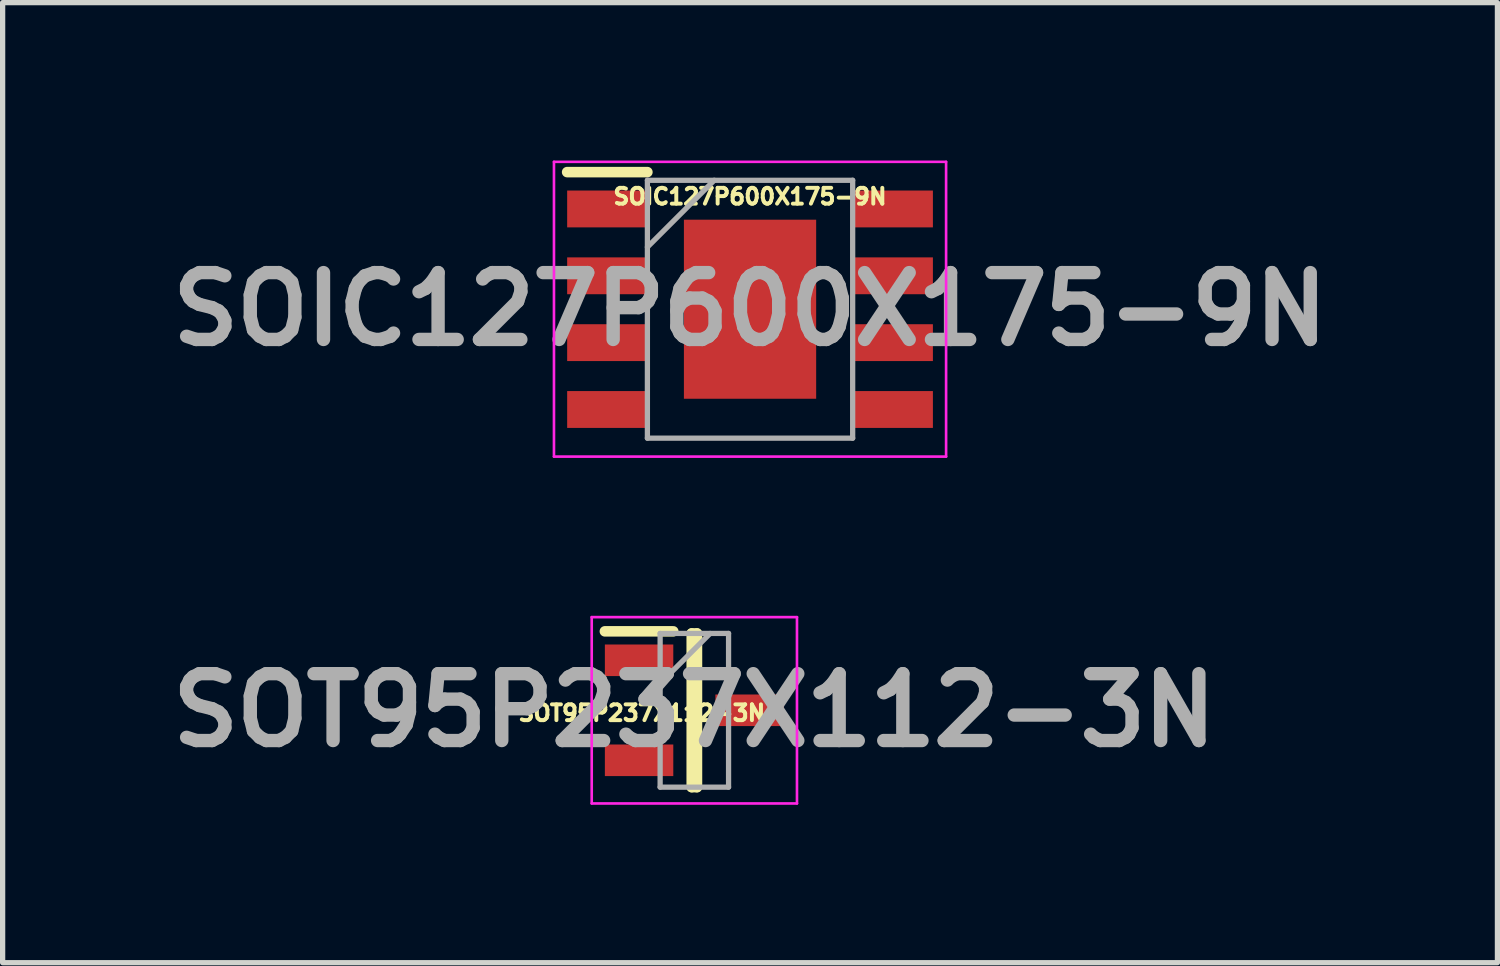
<source format=kicad_pcb>
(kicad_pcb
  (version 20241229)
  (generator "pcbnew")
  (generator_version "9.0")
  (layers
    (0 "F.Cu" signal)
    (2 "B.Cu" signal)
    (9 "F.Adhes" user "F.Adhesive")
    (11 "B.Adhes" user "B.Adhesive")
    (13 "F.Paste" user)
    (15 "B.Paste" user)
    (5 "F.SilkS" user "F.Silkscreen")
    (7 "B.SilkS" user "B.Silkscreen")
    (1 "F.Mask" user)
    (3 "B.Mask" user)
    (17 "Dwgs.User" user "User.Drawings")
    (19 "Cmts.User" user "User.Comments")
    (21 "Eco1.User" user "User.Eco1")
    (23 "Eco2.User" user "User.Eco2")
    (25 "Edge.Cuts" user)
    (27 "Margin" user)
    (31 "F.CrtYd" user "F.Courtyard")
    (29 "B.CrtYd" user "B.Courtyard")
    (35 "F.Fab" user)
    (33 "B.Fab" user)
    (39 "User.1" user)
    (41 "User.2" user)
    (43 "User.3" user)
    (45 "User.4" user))
  (footprint "SOIC127P600X175-9N"
    (layer "F.Cu")
    (at 11.2 2.825)
    (property "Reference" "SOIC127P600X175-9N" (at -0.001 -2.141 180) (layer "F.SilkS") (effects (font (size 0.3 0.3) (thickness 0.075))))
    (attr smd)
    (fp_line (start -3.475 -2.605) (end -1.95 -2.605) (stroke (width 0.2) (type solid)) (layer "F.SilkS"))
    (fp_line (start -3.725 -2.8) (end 3.725 -2.8) (stroke (width 0.05) (type solid)) (layer "F.CrtYd"))
    (fp_line (start -3.725 2.8) (end -3.725 -2.8) (stroke (width 0.05) (type solid)) (layer "F.CrtYd"))
    (fp_line (start 3.725 -2.8) (end 3.725 2.8) (stroke (width 0.05) (type solid)) (layer "F.CrtYd"))
    (fp_line (start 3.725 2.8) (end -3.725 2.8) (stroke (width 0.05) (type solid)) (layer "F.CrtYd"))
    (fp_line (start -1.95 -2.45) (end 1.95 -2.45) (stroke (width 0.1) (type solid)) (layer "F.Fab"))
    (fp_line (start -1.95 -1.18) (end -0.68 -2.45) (stroke (width 0.1) (type solid)) (layer "F.Fab"))
    (fp_line (start -1.95 2.45) (end -1.95 -2.45) (stroke (width 0.1) (type solid)) (layer "F.Fab"))
    (fp_line (start 1.95 -2.45) (end 1.95 2.45) (stroke (width 0.1) (type solid)) (layer "F.Fab"))
    (fp_line (start 1.95 2.45) (end -1.95 2.45) (stroke (width 0.1) (type solid)) (layer "F.Fab"))
    (fp_text user "${REFERENCE}" (at 0 0 180) (layer "F.Fab") (effects (font (size 1.27 1.27) (thickness 0.254))))
    (pad "1" smd rect (at -2.712 -1.905 90) (size 0.7 1.525) (layers "F.Cu" "F.Mask" "F.Paste"))
    (pad "2" smd rect (at -2.712 -0.635 90) (size 0.7 1.525) (layers "F.Cu" "F.Mask" "F.Paste"))
    (pad "3" smd rect (at -2.712 0.635 90) (size 0.7 1.525) (layers "F.Cu" "F.Mask" "F.Paste"))
    (pad "4" smd rect (at -2.712 1.905 90) (size 0.7 1.525) (layers "F.Cu" "F.Mask" "F.Paste"))
    (pad "5" smd rect (at 2.712 1.905 90) (size 0.7 1.525) (layers "F.Cu" "F.Mask" "F.Paste"))
    (pad "6" smd rect (at 2.712 0.635 90) (size 0.7 1.525) (layers "F.Cu" "F.Mask" "F.Paste"))
    (pad "7" smd rect (at 2.712 -0.635 90) (size 0.7 1.525) (layers "F.Cu" "F.Mask" "F.Paste"))
    (pad "8" smd rect (at 2.712 -1.905 90) (size 0.7 1.525) (layers "F.Cu" "F.Mask" "F.Paste"))
    (pad "9" smd rect (at 0 0) (size 2.513 3.402) (layers "F.Cu" "F.Mask" "F.Paste")))
  (footprint "SOT95P237X112-3N"
    (layer "F.Cu")
    (at 10.142 10.445)
    (property "Reference" "SOT95P237X112-3N" (at -0.999 0.052 0) (layer "F.SilkS") (effects (font (size 0.3 0.3) (thickness 0.075))))
    (attr smd)
    (fp_line (start -1.7 -1.5) (end -0.4 -1.5) (stroke (width 0.2) (type solid)) (layer "F.SilkS"))
    (fp_line (start -0.05 -1.46) (end 0.05 -1.46) (stroke (width 0.2) (type solid)) (layer "F.SilkS"))
    (fp_line (start -0.05 1.46) (end -0.05 -1.46) (stroke (width 0.2) (type solid)) (layer "F.SilkS"))
    (fp_line (start 0.05 -1.46) (end 0.05 1.46) (stroke (width 0.2) (type solid)) (layer "F.SilkS"))
    (fp_line (start 0.05 1.46) (end -0.05 1.46) (stroke (width 0.2) (type solid)) (layer "F.SilkS"))
    (fp_line (start -1.95 -1.77) (end 1.95 -1.77) (stroke (width 0.05) (type solid)) (layer "F.CrtYd"))
    (fp_line (start -1.95 1.77) (end -1.95 -1.77) (stroke (width 0.05) (type solid)) (layer "F.CrtYd"))
    (fp_line (start 1.95 -1.77) (end 1.95 1.77) (stroke (width 0.05) (type solid)) (layer "F.CrtYd"))
    (fp_line (start 1.95 1.77) (end -1.95 1.77) (stroke (width 0.05) (type solid)) (layer "F.CrtYd"))
    (fp_line (start -0.65 -1.46) (end 0.65 -1.46) (stroke (width 0.1) (type solid)) (layer "F.Fab"))
    (fp_line (start -0.65 -0.51) (end 0.3 -1.46) (stroke (width 0.1) (type solid)) (layer "F.Fab"))
    (fp_line (start -0.65 1.46) (end -0.65 -1.46) (stroke (width 0.1) (type solid)) (layer "F.Fab"))
    (fp_line (start 0.65 -1.46) (end 0.65 1.46) (stroke (width 0.1) (type solid)) (layer "F.Fab"))
    (fp_line (start 0.65 1.46) (end -0.65 1.46) (stroke (width 0.1) (type solid)) (layer "F.Fab"))
    (fp_text user "${REFERENCE}" (at 0 0 0) (layer "F.Fab") (effects (font (size 1.27 1.27) (thickness 0.254))))
    (pad "1" smd rect (at -1.05 -0.95 90) (size 0.6 1.3) (layers "F.Cu" "F.Mask" "F.Paste"))
    (pad "2" smd rect (at -1.05 0.95 90) (size 0.6 1.3) (layers "F.Cu" "F.Mask" "F.Paste"))
    (pad "3" smd rect (at 1.05 0 90) (size 0.6 1.3) (layers "F.Cu" "F.Mask" "F.Paste")))
  (gr_rect
    (start -3 -3)
    (end 25.4 15.24)
    (stroke (width 0.1) (type default))
    (fill no)
    (layer "Edge.Cuts")))
</source>
